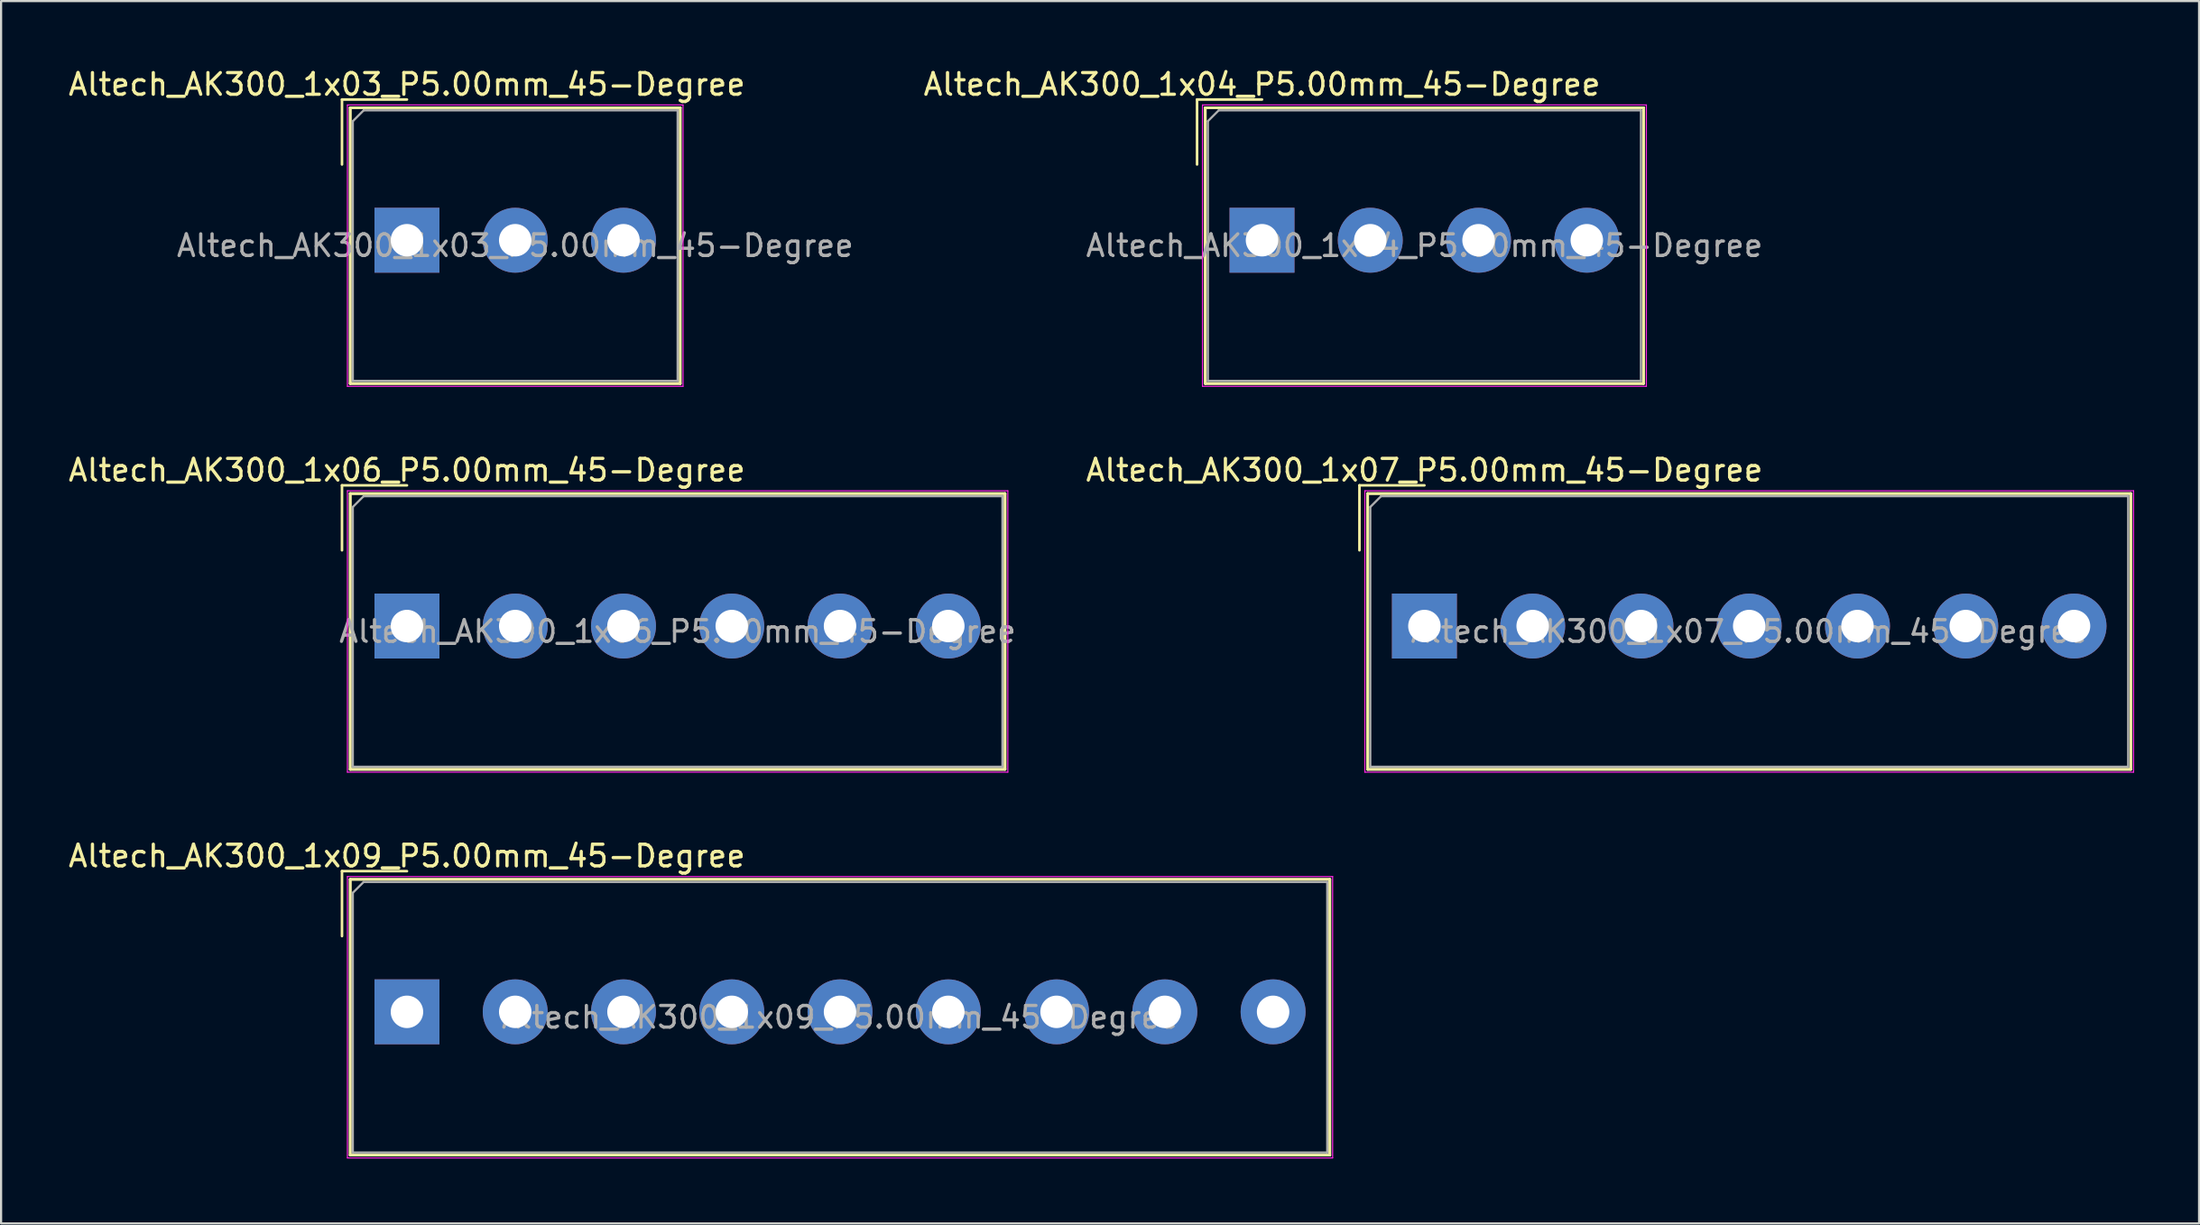
<source format=kicad_pcb>
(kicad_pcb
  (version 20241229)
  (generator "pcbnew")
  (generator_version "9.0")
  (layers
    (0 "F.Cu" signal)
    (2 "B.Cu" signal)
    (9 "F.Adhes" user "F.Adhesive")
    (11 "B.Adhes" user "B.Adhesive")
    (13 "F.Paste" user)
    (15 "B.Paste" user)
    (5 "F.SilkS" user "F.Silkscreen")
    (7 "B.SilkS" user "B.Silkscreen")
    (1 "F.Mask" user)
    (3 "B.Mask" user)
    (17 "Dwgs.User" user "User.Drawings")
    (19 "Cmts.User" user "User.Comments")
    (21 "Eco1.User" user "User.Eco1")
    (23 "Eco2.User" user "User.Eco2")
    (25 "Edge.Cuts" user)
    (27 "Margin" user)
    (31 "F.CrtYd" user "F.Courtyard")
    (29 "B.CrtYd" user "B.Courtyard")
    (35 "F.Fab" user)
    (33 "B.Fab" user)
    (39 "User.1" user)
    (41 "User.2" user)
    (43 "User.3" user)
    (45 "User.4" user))
  (footprint "Altech_AK300_1x07_P5.00mm_45-Degree"
    (layer "F.Cu")
    (at 62.732 25.872)
    (property "Reference" "Altech_AK300_1x07_P5.00mm_45-Degree" (at 0 -7.2 0) (layer "F.SilkS") (effects (font (size 1 1) (thickness 0.15))))
    (attr through_hole)
    (fp_line (start -3 -6.5) (end 0 -6.5) (stroke (width 0.12) (type solid)) (layer "F.SilkS"))
    (fp_line (start -3 -3.5) (end -3 -6.5) (stroke (width 0.12) (type solid)) (layer "F.SilkS"))
    (fp_line (start -2.62 -6.12) (end -2.62 6.62) (stroke (width 0.12) (type solid)) (layer "F.SilkS"))
    (fp_line (start -2.62 -6.12) (end -2.62 6.62) (stroke (width 0.12) (type solid)) (layer "F.SilkS"))
    (fp_line (start -2.62 -6.12) (end 32.62 -6.12) (stroke (width 0.12) (type solid)) (layer "F.SilkS"))
    (fp_line (start -2.62 -6.12) (end 32.62 -6.12) (stroke (width 0.12) (type solid)) (layer "F.SilkS"))
    (fp_line (start -2.62 6.62) (end 32.62 6.62) (stroke (width 0.12) (type solid)) (layer "F.SilkS"))
    (fp_line (start -2.62 6.62) (end 32.62 6.62) (stroke (width 0.12) (type solid)) (layer "F.SilkS"))
    (fp_line (start 32.62 -6.12) (end 32.62 6.62) (stroke (width 0.12) (type solid)) (layer "F.SilkS"))
    (fp_line (start 32.62 -6.12) (end 32.62 6.62) (stroke (width 0.12) (type solid)) (layer "F.SilkS"))
    (fp_line (start -2.75 -6.25) (end -2.75 6.75) (stroke (width 0.05) (type solid)) (layer "F.CrtYd"))
    (fp_line (start -2.75 -6.25) (end 32.75 -6.25) (stroke (width 0.05) (type solid)) (layer "F.CrtYd"))
    (fp_line (start -2.75 6.75) (end 32.75 6.75) (stroke (width 0.05) (type solid)) (layer "F.CrtYd"))
    (fp_line (start 32.75 -6.25) (end 32.75 6.75) (stroke (width 0.05) (type solid)) (layer "F.CrtYd"))
    (fp_line (start -2.5 -5.5) (end -2 -6) (stroke (width 0.1) (type solid)) (layer "F.Fab"))
    (fp_line (start -2.5 6.5) (end -2.5 -5.5) (stroke (width 0.1) (type solid)) (layer "F.Fab"))
    (fp_line (start -2 -6) (end 32.5 -6) (stroke (width 0.1) (type solid)) (layer "F.Fab"))
    (fp_line (start 32.5 -6) (end 32.5 6.5) (stroke (width 0.1) (type solid)) (layer "F.Fab"))
    (fp_line (start 32.5 6.5) (end -2.5 6.5) (stroke (width 0.1) (type solid)) (layer "F.Fab"))
    (fp_text user "${REFERENCE}" (at 15 0.25 0) (layer "F.Fab") (effects (font (size 1 1) (thickness 0.15))))
    (pad "1" thru_hole rect (at 0 0) (size 3 3) (drill 1.5) (layers "*.Cu" "*.Mask"))
    (pad "2" thru_hole circle (at 5 0) (size 3 3) (drill 1.5) (layers "*.Cu" "*.Mask"))
    (pad "3" thru_hole circle (at 10 0) (size 3 3) (drill 1.5) (layers "*.Cu" "*.Mask"))
    (pad "4" thru_hole circle (at 15 0) (size 3 3) (drill 1.5) (layers "*.Cu" "*.Mask"))
    (pad "5" thru_hole circle (at 20 0) (size 3 3) (drill 1.5) (layers "*.Cu" "*.Mask"))
    (pad "6" thru_hole circle (at 25 0) (size 3 3) (drill 1.5) (layers "*.Cu" "*.Mask"))
    (pad "7" thru_hole circle (at 30 0) (size 3 3) (drill 1.5) (layers "*.Cu" "*.Mask")))
  (footprint "Altech_AK300_1x03_P5.00mm_45-Degree"
    (layer "F.Cu")
    (at 15.744 8.048)
    (property "Reference" "Altech_AK300_1x03_P5.00mm_45-Degree" (at 0 -7.2 0) (layer "F.SilkS") (effects (font (size 1 1) (thickness 0.15))))
    (attr through_hole)
    (fp_line (start -3 -6.5) (end 0 -6.5) (stroke (width 0.12) (type solid)) (layer "F.SilkS"))
    (fp_line (start -3 -3.5) (end -3 -6.5) (stroke (width 0.12) (type solid)) (layer "F.SilkS"))
    (fp_line (start -2.62 -6.12) (end -2.62 6.62) (stroke (width 0.12) (type solid)) (layer "F.SilkS"))
    (fp_line (start -2.62 -6.12) (end -2.62 6.62) (stroke (width 0.12) (type solid)) (layer "F.SilkS"))
    (fp_line (start -2.62 -6.12) (end 12.62 -6.12) (stroke (width 0.12) (type solid)) (layer "F.SilkS"))
    (fp_line (start -2.62 -6.12) (end 12.62 -6.12) (stroke (width 0.12) (type solid)) (layer "F.SilkS"))
    (fp_line (start -2.62 6.62) (end 12.62 6.62) (stroke (width 0.12) (type solid)) (layer "F.SilkS"))
    (fp_line (start -2.62 6.62) (end 12.62 6.62) (stroke (width 0.12) (type solid)) (layer "F.SilkS"))
    (fp_line (start 12.62 -6.12) (end 12.62 6.62) (stroke (width 0.12) (type solid)) (layer "F.SilkS"))
    (fp_line (start 12.62 -6.12) (end 12.62 6.62) (stroke (width 0.12) (type solid)) (layer "F.SilkS"))
    (fp_line (start -2.75 -6.25) (end -2.75 6.75) (stroke (width 0.05) (type solid)) (layer "F.CrtYd"))
    (fp_line (start -2.75 -6.25) (end 12.75 -6.25) (stroke (width 0.05) (type solid)) (layer "F.CrtYd"))
    (fp_line (start -2.75 6.75) (end 12.75 6.75) (stroke (width 0.05) (type solid)) (layer "F.CrtYd"))
    (fp_line (start 12.75 -6.25) (end 12.75 6.75) (stroke (width 0.05) (type solid)) (layer "F.CrtYd"))
    (fp_line (start -2.5 -5.5) (end -2 -6) (stroke (width 0.1) (type solid)) (layer "F.Fab"))
    (fp_line (start -2.5 6.5) (end -2.5 -5.5) (stroke (width 0.1) (type solid)) (layer "F.Fab"))
    (fp_line (start -2 -6) (end 12.5 -6) (stroke (width 0.1) (type solid)) (layer "F.Fab"))
    (fp_line (start 12.5 -6) (end 12.5 6.5) (stroke (width 0.1) (type solid)) (layer "F.Fab"))
    (fp_line (start 12.5 6.5) (end -2.5 6.5) (stroke (width 0.1) (type solid)) (layer "F.Fab"))
    (fp_text user "${REFERENCE}" (at 5 0.25 0) (layer "F.Fab") (effects (font (size 1 1) (thickness 0.15))))
    (pad "1" thru_hole rect (at 0 0) (size 3 3) (drill 1.5) (layers "*.Cu" "*.Mask"))
    (pad "2" thru_hole circle (at 5 0) (size 3 3) (drill 1.5) (layers "*.Cu" "*.Mask"))
    (pad "3" thru_hole circle (at 10 0) (size 3 3) (drill 1.5) (layers "*.Cu" "*.Mask")))
  (footprint "Altech_AK300_1x09_P5.00mm_45-Degree"
    (layer "F.Cu")
    (at 15.744 43.695)
    (property "Reference" "Altech_AK300_1x09_P5.00mm_45-Degree" (at 0 -7.2 0) (layer "F.SilkS") (effects (font (size 1 1) (thickness 0.15))))
    (attr through_hole)
    (fp_line (start -3 -6.5) (end 0 -6.5) (stroke (width 0.12) (type solid)) (layer "F.SilkS"))
    (fp_line (start -3 -3.5) (end -3 -6.5) (stroke (width 0.12) (type solid)) (layer "F.SilkS"))
    (fp_line (start -2.62 -6.12) (end -2.62 6.62) (stroke (width 0.12) (type solid)) (layer "F.SilkS"))
    (fp_line (start -2.62 -6.12) (end -2.62 6.62) (stroke (width 0.12) (type solid)) (layer "F.SilkS"))
    (fp_line (start -2.62 -6.12) (end 42.62 -6.12) (stroke (width 0.12) (type solid)) (layer "F.SilkS"))
    (fp_line (start -2.62 -6.12) (end 42.62 -6.12) (stroke (width 0.12) (type solid)) (layer "F.SilkS"))
    (fp_line (start -2.62 6.62) (end 42.62 6.62) (stroke (width 0.12) (type solid)) (layer "F.SilkS"))
    (fp_line (start -2.62 6.62) (end 42.62 6.62) (stroke (width 0.12) (type solid)) (layer "F.SilkS"))
    (fp_line (start 42.62 -6.12) (end 42.62 6.62) (stroke (width 0.12) (type solid)) (layer "F.SilkS"))
    (fp_line (start 42.62 -6.12) (end 42.62 6.62) (stroke (width 0.12) (type solid)) (layer "F.SilkS"))
    (fp_line (start -2.75 -6.25) (end -2.75 6.75) (stroke (width 0.05) (type solid)) (layer "F.CrtYd"))
    (fp_line (start -2.75 -6.25) (end 42.75 -6.25) (stroke (width 0.05) (type solid)) (layer "F.CrtYd"))
    (fp_line (start -2.75 6.75) (end 42.75 6.75) (stroke (width 0.05) (type solid)) (layer "F.CrtYd"))
    (fp_line (start 42.75 -6.25) (end 42.75 6.75) (stroke (width 0.05) (type solid)) (layer "F.CrtYd"))
    (fp_line (start -2.5 -5.5) (end -2 -6) (stroke (width 0.1) (type solid)) (layer "F.Fab"))
    (fp_line (start -2.5 6.5) (end -2.5 -5.5) (stroke (width 0.1) (type solid)) (layer "F.Fab"))
    (fp_line (start -2 -6) (end 42.5 -6) (stroke (width 0.1) (type solid)) (layer "F.Fab"))
    (fp_line (start 42.5 -6) (end 42.5 6.5) (stroke (width 0.1) (type solid)) (layer "F.Fab"))
    (fp_line (start 42.5 6.5) (end -2.5 6.5) (stroke (width 0.1) (type solid)) (layer "F.Fab"))
    (fp_text user "${REFERENCE}" (at 20 0.25 0) (layer "F.Fab") (effects (font (size 1 1) (thickness 0.15))))
    (pad "1" thru_hole rect (at 0 0) (size 3 3) (drill 1.5) (layers "*.Cu" "*.Mask"))
    (pad "2" thru_hole circle (at 5 0) (size 3 3) (drill 1.5) (layers "*.Cu" "*.Mask"))
    (pad "3" thru_hole circle (at 10 0) (size 3 3) (drill 1.5) (layers "*.Cu" "*.Mask"))
    (pad "4" thru_hole circle (at 15 0) (size 3 3) (drill 1.5) (layers "*.Cu" "*.Mask"))
    (pad "5" thru_hole circle (at 20 0) (size 3 3) (drill 1.5) (layers "*.Cu" "*.Mask"))
    (pad "6" thru_hole circle (at 25 0) (size 3 3) (drill 1.5) (layers "*.Cu" "*.Mask"))
    (pad "7" thru_hole circle (at 30 0) (size 3 3) (drill 1.5) (layers "*.Cu" "*.Mask"))
    (pad "8" thru_hole circle (at 35 0) (size 3 3) (drill 1.5) (layers "*.Cu" "*.Mask"))
    (pad "9" thru_hole circle (at 40 0) (size 3 3) (drill 1.5) (layers "*.Cu" "*.Mask")))
  (footprint "Altech_AK300_1x06_P5.00mm_45-Degree"
    (layer "F.Cu")
    (at 15.744 25.872)
    (property "Reference" "Altech_AK300_1x06_P5.00mm_45-Degree" (at 0 -7.2 0) (layer "F.SilkS") (effects (font (size 1 1) (thickness 0.15))))
    (attr through_hole)
    (fp_line (start -3 -6.5) (end 0 -6.5) (stroke (width 0.12) (type solid)) (layer "F.SilkS"))
    (fp_line (start -3 -3.5) (end -3 -6.5) (stroke (width 0.12) (type solid)) (layer "F.SilkS"))
    (fp_line (start -2.62 -6.12) (end -2.62 6.62) (stroke (width 0.12) (type solid)) (layer "F.SilkS"))
    (fp_line (start -2.62 -6.12) (end -2.62 6.62) (stroke (width 0.12) (type solid)) (layer "F.SilkS"))
    (fp_line (start -2.62 -6.12) (end 27.62 -6.12) (stroke (width 0.12) (type solid)) (layer "F.SilkS"))
    (fp_line (start -2.62 -6.12) (end 27.62 -6.12) (stroke (width 0.12) (type solid)) (layer "F.SilkS"))
    (fp_line (start -2.62 6.62) (end 27.62 6.62) (stroke (width 0.12) (type solid)) (layer "F.SilkS"))
    (fp_line (start -2.62 6.62) (end 27.62 6.62) (stroke (width 0.12) (type solid)) (layer "F.SilkS"))
    (fp_line (start 27.62 -6.12) (end 27.62 6.62) (stroke (width 0.12) (type solid)) (layer "F.SilkS"))
    (fp_line (start 27.62 -6.12) (end 27.62 6.62) (stroke (width 0.12) (type solid)) (layer "F.SilkS"))
    (fp_line (start -2.75 -6.25) (end -2.75 6.75) (stroke (width 0.05) (type solid)) (layer "F.CrtYd"))
    (fp_line (start -2.75 -6.25) (end 27.75 -6.25) (stroke (width 0.05) (type solid)) (layer "F.CrtYd"))
    (fp_line (start -2.75 6.75) (end 27.75 6.75) (stroke (width 0.05) (type solid)) (layer "F.CrtYd"))
    (fp_line (start 27.75 -6.25) (end 27.75 6.75) (stroke (width 0.05) (type solid)) (layer "F.CrtYd"))
    (fp_line (start -2.5 -5.5) (end -2 -6) (stroke (width 0.1) (type solid)) (layer "F.Fab"))
    (fp_line (start -2.5 6.5) (end -2.5 -5.5) (stroke (width 0.1) (type solid)) (layer "F.Fab"))
    (fp_line (start -2 -6) (end 27.5 -6) (stroke (width 0.1) (type solid)) (layer "F.Fab"))
    (fp_line (start 27.5 -6) (end 27.5 6.5) (stroke (width 0.1) (type solid)) (layer "F.Fab"))
    (fp_line (start 27.5 6.5) (end -2.5 6.5) (stroke (width 0.1) (type solid)) (layer "F.Fab"))
    (fp_text user "${REFERENCE}" (at 12.5 0.25 0) (layer "F.Fab") (effects (font (size 1 1) (thickness 0.15))))
    (pad "1" thru_hole rect (at 0 0) (size 3 3) (drill 1.5) (layers "*.Cu" "*.Mask"))
    (pad "2" thru_hole circle (at 5 0) (size 3 3) (drill 1.5) (layers "*.Cu" "*.Mask"))
    (pad "3" thru_hole circle (at 10 0) (size 3 3) (drill 1.5) (layers "*.Cu" "*.Mask"))
    (pad "4" thru_hole circle (at 15 0) (size 3 3) (drill 1.5) (layers "*.Cu" "*.Mask"))
    (pad "5" thru_hole circle (at 20 0) (size 3 3) (drill 1.5) (layers "*.Cu" "*.Mask"))
    (pad "6" thru_hole circle (at 25 0) (size 3 3) (drill 1.5) (layers "*.Cu" "*.Mask")))
  (footprint "Altech_AK300_1x04_P5.00mm_45-Degree"
    (layer "F.Cu")
    (at 55.232 8.048)
    (property "Reference" "Altech_AK300_1x04_P5.00mm_45-Degree" (at 0 -7.2 0) (layer "F.SilkS") (effects (font (size 1 1) (thickness 0.15))))
    (attr through_hole)
    (fp_line (start -3 -6.5) (end 0 -6.5) (stroke (width 0.12) (type solid)) (layer "F.SilkS"))
    (fp_line (start -3 -3.5) (end -3 -6.5) (stroke (width 0.12) (type solid)) (layer "F.SilkS"))
    (fp_line (start -2.62 -6.12) (end -2.62 6.62) (stroke (width 0.12) (type solid)) (layer "F.SilkS"))
    (fp_line (start -2.62 -6.12) (end -2.62 6.62) (stroke (width 0.12) (type solid)) (layer "F.SilkS"))
    (fp_line (start -2.62 -6.12) (end 17.62 -6.12) (stroke (width 0.12) (type solid)) (layer "F.SilkS"))
    (fp_line (start -2.62 -6.12) (end 17.62 -6.12) (stroke (width 0.12) (type solid)) (layer "F.SilkS"))
    (fp_line (start -2.62 6.62) (end 17.62 6.62) (stroke (width 0.12) (type solid)) (layer "F.SilkS"))
    (fp_line (start -2.62 6.62) (end 17.62 6.62) (stroke (width 0.12) (type solid)) (layer "F.SilkS"))
    (fp_line (start 17.62 -6.12) (end 17.62 6.62) (stroke (width 0.12) (type solid)) (layer "F.SilkS"))
    (fp_line (start 17.62 -6.12) (end 17.62 6.62) (stroke (width 0.12) (type solid)) (layer "F.SilkS"))
    (fp_line (start -2.75 -6.25) (end -2.75 6.75) (stroke (width 0.05) (type solid)) (layer "F.CrtYd"))
    (fp_line (start -2.75 -6.25) (end 17.75 -6.25) (stroke (width 0.05) (type solid)) (layer "F.CrtYd"))
    (fp_line (start -2.75 6.75) (end 17.75 6.75) (stroke (width 0.05) (type solid)) (layer "F.CrtYd"))
    (fp_line (start 17.75 -6.25) (end 17.75 6.75) (stroke (width 0.05) (type solid)) (layer "F.CrtYd"))
    (fp_line (start -2.5 -5.5) (end -2 -6) (stroke (width 0.1) (type solid)) (layer "F.Fab"))
    (fp_line (start -2.5 6.5) (end -2.5 -5.5) (stroke (width 0.1) (type solid)) (layer "F.Fab"))
    (fp_line (start -2 -6) (end 17.5 -6) (stroke (width 0.1) (type solid)) (layer "F.Fab"))
    (fp_line (start 17.5 -6) (end 17.5 6.5) (stroke (width 0.1) (type solid)) (layer "F.Fab"))
    (fp_line (start 17.5 6.5) (end -2.5 6.5) (stroke (width 0.1) (type solid)) (layer "F.Fab"))
    (fp_text user "${REFERENCE}" (at 7.5 0.25 0) (layer "F.Fab") (effects (font (size 1 1) (thickness 0.15))))
    (pad "1" thru_hole rect (at 0 0) (size 3 3) (drill 1.5) (layers "*.Cu" "*.Mask"))
    (pad "2" thru_hole circle (at 5 0) (size 3 3) (drill 1.5) (layers "*.Cu" "*.Mask"))
    (pad "3" thru_hole circle (at 10 0) (size 3 3) (drill 1.5) (layers "*.Cu" "*.Mask"))
    (pad "4" thru_hole circle (at 15 0) (size 3 3) (drill 1.5) (layers "*.Cu" "*.Mask")))
  (gr_rect
    (start -3 -3)
    (end 98.507 53.47)
    (stroke (width 0.1) (type default))
    (fill no)
    (layer "Edge.Cuts")))
</source>
